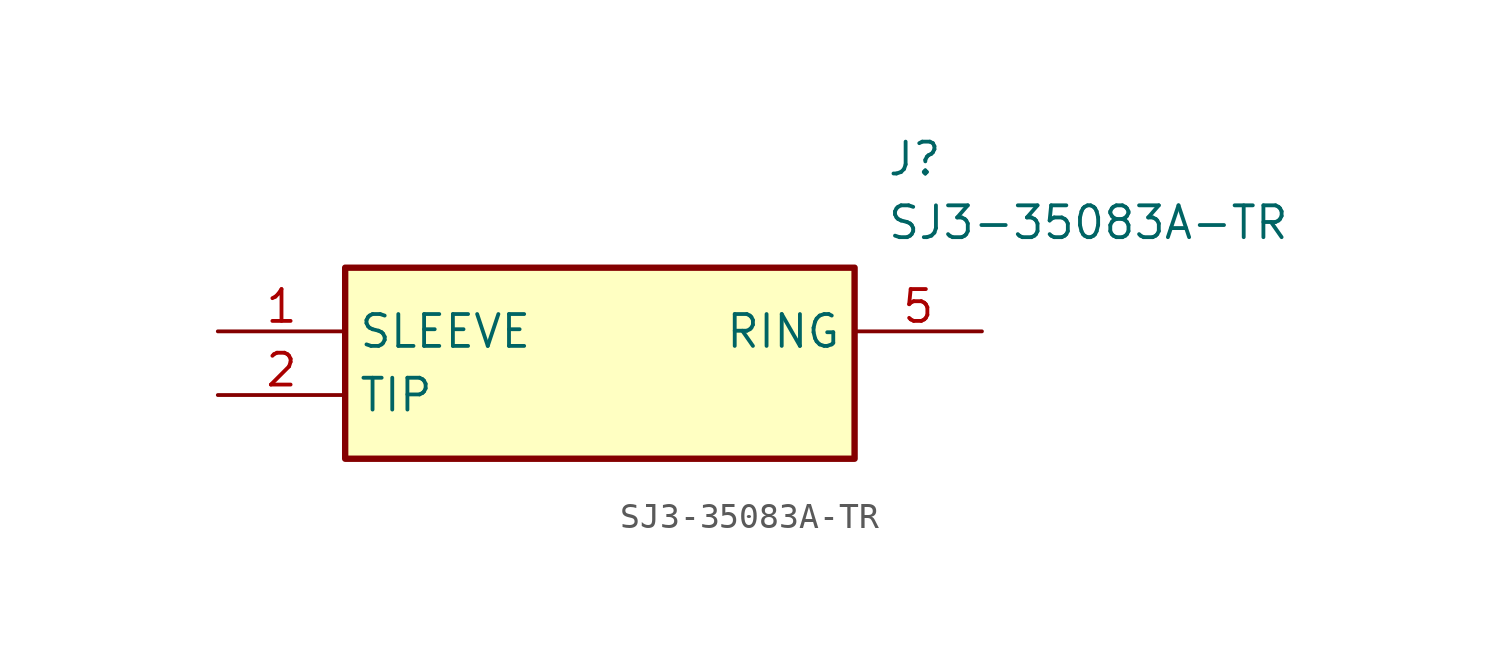
<source format=kicad_sym>
(kicad_symbol_lib
  (version 20211014)
  (generator SamacSys_ECAD_Model)
  (symbol "SJ3-35083A-TR"
    (property "Reference" "J"
      (at 26.67 7.62 0)
      (effects (font (size 1.27 1.27)) (justify left top)))
    (property "Value" "SJ3-35083A-TR"
      (at 26.67 5.08 0)
      (effects (font (size 1.27 1.27)) (justify left top)))
    (rectangle
      (start 5.08 2.54)
      (end 25.4 -5.08)
      (stroke (width 0.254) (type default))
      (fill (type background)))
    (pin passive line
      (at 0 0 0)
      (length 5.08)
      (name "SLEEVE" (effects (font (size 1.27 1.27))))
      (number "1" (effects (font (size 1.27 1.27)))))
    (pin passive line
      (at 0 -2.54 0)
      (length 5.08)
      (name "TIP" (effects (font (size 1.27 1.27))))
      (number "2" (effects (font (size 1.27 1.27)))))
    (pin passive line
      (at 30.48 0 180)
      (length 5.08)
      (name "RING" (effects (font (size 1.27 1.27))))
      (number "5" (effects (font (size 1.27 1.27)))))))
</source>
